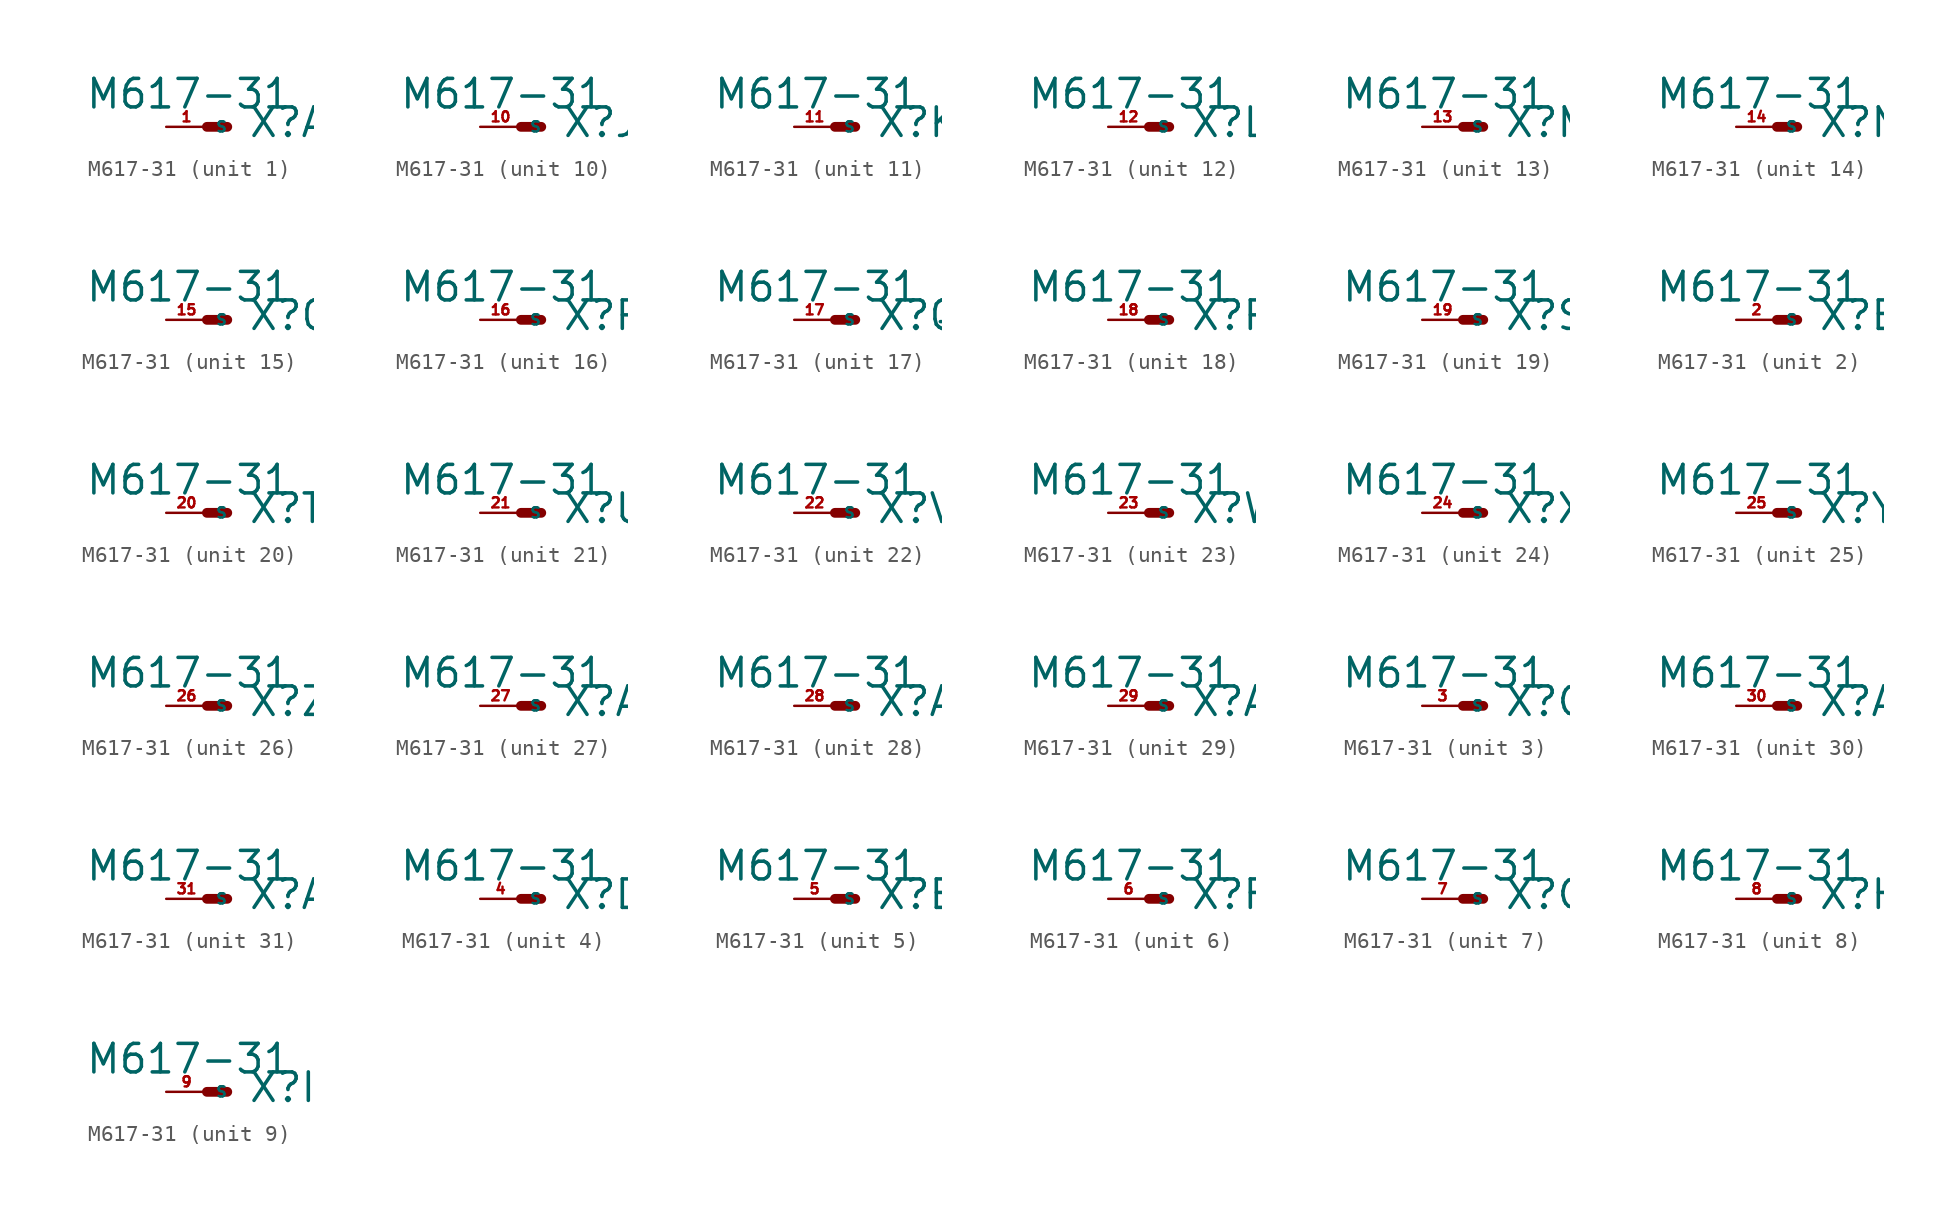
<source format=kicad_sym>
(kicad_symbol_lib
  (version 20220914)
  (generator Eagle2Kicad)
  (symbol "M617-31"
    (property "Reference" "X"
      (at 2.54 -0.762 0)
      (effects (font (size 1.778 1.778) (thickness 0.22)) (justify left bottom)))
    (property "Value" "M617-31"
      (at -7.62 1.016 0)
      (effects (font (size 1.778 1.778) (thickness 0.22)) (justify left bottom)))
    (symbol "M617-31_1_0"
      (polyline (pts (xy 0 0) (xy 1.27 0)) (stroke (width 0.61) (type default)) (fill (type none)))
      (pin passive line (at -2.54 0 0) (length 2.54) (name "S" (effects (font (size 0.635 0.635) (thickness 0.08)) (justify left bottom))) (number "1" (effects (font (size 0.635 0.635) (thickness 0.08)) (justify left bottom)))))
    (symbol "M617-31_2_0"
      (polyline (pts (xy 0 0) (xy 1.27 0)) (stroke (width 0.61) (type default)) (fill (type none)))
      (pin passive line (at -2.54 0 0) (length 2.54) (name "S" (effects (font (size 0.635 0.635) (thickness 0.08)) (justify left bottom))) (number "2" (effects (font (size 0.635 0.635) (thickness 0.08)) (justify left bottom)))))
    (symbol "M617-31_3_0"
      (polyline (pts (xy 0 0) (xy 1.27 0)) (stroke (width 0.61) (type default)) (fill (type none)))
      (pin passive line (at -2.54 0 0) (length 2.54) (name "S" (effects (font (size 0.635 0.635) (thickness 0.08)) (justify left bottom))) (number "3" (effects (font (size 0.635 0.635) (thickness 0.08)) (justify left bottom)))))
    (symbol "M617-31_4_0"
      (polyline (pts (xy 0 0) (xy 1.27 0)) (stroke (width 0.61) (type default)) (fill (type none)))
      (pin passive line (at -2.54 0 0) (length 2.54) (name "S" (effects (font (size 0.635 0.635) (thickness 0.08)) (justify left bottom))) (number "4" (effects (font (size 0.635 0.635) (thickness 0.08)) (justify left bottom)))))
    (symbol "M617-31_5_0"
      (polyline (pts (xy 0 0) (xy 1.27 0)) (stroke (width 0.61) (type default)) (fill (type none)))
      (pin passive line (at -2.54 0 0) (length 2.54) (name "S" (effects (font (size 0.635 0.635) (thickness 0.08)) (justify left bottom))) (number "5" (effects (font (size 0.635 0.635) (thickness 0.08)) (justify left bottom)))))
    (symbol "M617-31_6_0"
      (polyline (pts (xy 0 0) (xy 1.27 0)) (stroke (width 0.61) (type default)) (fill (type none)))
      (pin passive line (at -2.54 0 0) (length 2.54) (name "S" (effects (font (size 0.635 0.635) (thickness 0.08)) (justify left bottom))) (number "6" (effects (font (size 0.635 0.635) (thickness 0.08)) (justify left bottom)))))
    (symbol "M617-31_7_0"
      (polyline (pts (xy 0 0) (xy 1.27 0)) (stroke (width 0.61) (type default)) (fill (type none)))
      (pin passive line (at -2.54 0 0) (length 2.54) (name "S" (effects (font (size 0.635 0.635) (thickness 0.08)) (justify left bottom))) (number "7" (effects (font (size 0.635 0.635) (thickness 0.08)) (justify left bottom)))))
    (symbol "M617-31_8_0"
      (polyline (pts (xy 0 0) (xy 1.27 0)) (stroke (width 0.61) (type default)) (fill (type none)))
      (pin passive line (at -2.54 0 0) (length 2.54) (name "S" (effects (font (size 0.635 0.635) (thickness 0.08)) (justify left bottom))) (number "8" (effects (font (size 0.635 0.635) (thickness 0.08)) (justify left bottom)))))
    (symbol "M617-31_9_0"
      (polyline (pts (xy 0 0) (xy 1.27 0)) (stroke (width 0.61) (type default)) (fill (type none)))
      (pin passive line (at -2.54 0 0) (length 2.54) (name "S" (effects (font (size 0.635 0.635) (thickness 0.08)) (justify left bottom))) (number "9" (effects (font (size 0.635 0.635) (thickness 0.08)) (justify left bottom)))))
    (symbol "M617-31_10_0"
      (polyline (pts (xy 0 0) (xy 1.27 0)) (stroke (width 0.61) (type default)) (fill (type none)))
      (pin passive line (at -2.54 0 0) (length 2.54) (name "S" (effects (font (size 0.635 0.635) (thickness 0.08)) (justify left bottom))) (number "10" (effects (font (size 0.635 0.635) (thickness 0.08)) (justify left bottom)))))
    (symbol "M617-31_11_0"
      (polyline (pts (xy 0 0) (xy 1.27 0)) (stroke (width 0.61) (type default)) (fill (type none)))
      (pin passive line (at -2.54 0 0) (length 2.54) (name "S" (effects (font (size 0.635 0.635) (thickness 0.08)) (justify left bottom))) (number "11" (effects (font (size 0.635 0.635) (thickness 0.08)) (justify left bottom)))))
    (symbol "M617-31_12_0"
      (polyline (pts (xy 0 0) (xy 1.27 0)) (stroke (width 0.61) (type default)) (fill (type none)))
      (pin passive line (at -2.54 0 0) (length 2.54) (name "S" (effects (font (size 0.635 0.635) (thickness 0.08)) (justify left bottom))) (number "12" (effects (font (size 0.635 0.635) (thickness 0.08)) (justify left bottom)))))
    (symbol "M617-31_13_0"
      (polyline (pts (xy 0 0) (xy 1.27 0)) (stroke (width 0.61) (type default)) (fill (type none)))
      (pin passive line (at -2.54 0 0) (length 2.54) (name "S" (effects (font (size 0.635 0.635) (thickness 0.08)) (justify left bottom))) (number "13" (effects (font (size 0.635 0.635) (thickness 0.08)) (justify left bottom)))))
    (symbol "M617-31_14_0"
      (polyline (pts (xy 0 0) (xy 1.27 0)) (stroke (width 0.61) (type default)) (fill (type none)))
      (pin passive line (at -2.54 0 0) (length 2.54) (name "S" (effects (font (size 0.635 0.635) (thickness 0.08)) (justify left bottom))) (number "14" (effects (font (size 0.635 0.635) (thickness 0.08)) (justify left bottom)))))
    (symbol "M617-31_15_0"
      (polyline (pts (xy 0 0) (xy 1.27 0)) (stroke (width 0.61) (type default)) (fill (type none)))
      (pin passive line (at -2.54 0 0) (length 2.54) (name "S" (effects (font (size 0.635 0.635) (thickness 0.08)) (justify left bottom))) (number "15" (effects (font (size 0.635 0.635) (thickness 0.08)) (justify left bottom)))))
    (symbol "M617-31_16_0"
      (polyline (pts (xy 0 0) (xy 1.27 0)) (stroke (width 0.61) (type default)) (fill (type none)))
      (pin passive line (at -2.54 0 0) (length 2.54) (name "S" (effects (font (size 0.635 0.635) (thickness 0.08)) (justify left bottom))) (number "16" (effects (font (size 0.635 0.635) (thickness 0.08)) (justify left bottom)))))
    (symbol "M617-31_17_0"
      (polyline (pts (xy 0 0) (xy 1.27 0)) (stroke (width 0.61) (type default)) (fill (type none)))
      (pin passive line (at -2.54 0 0) (length 2.54) (name "S" (effects (font (size 0.635 0.635) (thickness 0.08)) (justify left bottom))) (number "17" (effects (font (size 0.635 0.635) (thickness 0.08)) (justify left bottom)))))
    (symbol "M617-31_18_0"
      (polyline (pts (xy 0 0) (xy 1.27 0)) (stroke (width 0.61) (type default)) (fill (type none)))
      (pin passive line (at -2.54 0 0) (length 2.54) (name "S" (effects (font (size 0.635 0.635) (thickness 0.08)) (justify left bottom))) (number "18" (effects (font (size 0.635 0.635) (thickness 0.08)) (justify left bottom)))))
    (symbol "M617-31_19_0"
      (polyline (pts (xy 0 0) (xy 1.27 0)) (stroke (width 0.61) (type default)) (fill (type none)))
      (pin passive line (at -2.54 0 0) (length 2.54) (name "S" (effects (font (size 0.635 0.635) (thickness 0.08)) (justify left bottom))) (number "19" (effects (font (size 0.635 0.635) (thickness 0.08)) (justify left bottom)))))
    (symbol "M617-31_20_0"
      (polyline (pts (xy 0 0) (xy 1.27 0)) (stroke (width 0.61) (type default)) (fill (type none)))
      (pin passive line (at -2.54 0 0) (length 2.54) (name "S" (effects (font (size 0.635 0.635) (thickness 0.08)) (justify left bottom))) (number "20" (effects (font (size 0.635 0.635) (thickness 0.08)) (justify left bottom)))))
    (symbol "M617-31_21_0"
      (polyline (pts (xy 0 0) (xy 1.27 0)) (stroke (width 0.61) (type default)) (fill (type none)))
      (pin passive line (at -2.54 0 0) (length 2.54) (name "S" (effects (font (size 0.635 0.635) (thickness 0.08)) (justify left bottom))) (number "21" (effects (font (size 0.635 0.635) (thickness 0.08)) (justify left bottom)))))
    (symbol "M617-31_22_0"
      (polyline (pts (xy 0 0) (xy 1.27 0)) (stroke (width 0.61) (type default)) (fill (type none)))
      (pin passive line (at -2.54 0 0) (length 2.54) (name "S" (effects (font (size 0.635 0.635) (thickness 0.08)) (justify left bottom))) (number "22" (effects (font (size 0.635 0.635) (thickness 0.08)) (justify left bottom)))))
    (symbol "M617-31_23_0"
      (polyline (pts (xy 0 0) (xy 1.27 0)) (stroke (width 0.61) (type default)) (fill (type none)))
      (pin passive line (at -2.54 0 0) (length 2.54) (name "S" (effects (font (size 0.635 0.635) (thickness 0.08)) (justify left bottom))) (number "23" (effects (font (size 0.635 0.635) (thickness 0.08)) (justify left bottom)))))
    (symbol "M617-31_24_0"
      (polyline (pts (xy 0 0) (xy 1.27 0)) (stroke (width 0.61) (type default)) (fill (type none)))
      (pin passive line (at -2.54 0 0) (length 2.54) (name "S" (effects (font (size 0.635 0.635) (thickness 0.08)) (justify left bottom))) (number "24" (effects (font (size 0.635 0.635) (thickness 0.08)) (justify left bottom)))))
    (symbol "M617-31_25_0"
      (polyline (pts (xy 0 0) (xy 1.27 0)) (stroke (width 0.61) (type default)) (fill (type none)))
      (pin passive line (at -2.54 0 0) (length 2.54) (name "S" (effects (font (size 0.635 0.635) (thickness 0.08)) (justify left bottom))) (number "25" (effects (font (size 0.635 0.635) (thickness 0.08)) (justify left bottom)))))
    (symbol "M617-31_26_0"
      (polyline (pts (xy 0 0) (xy 1.27 0)) (stroke (width 0.61) (type default)) (fill (type none)))
      (pin passive line (at -2.54 0 0) (length 2.54) (name "S" (effects (font (size 0.635 0.635) (thickness 0.08)) (justify left bottom))) (number "26" (effects (font (size 0.635 0.635) (thickness 0.08)) (justify left bottom)))))
    (symbol "M617-31_27_0"
      (polyline (pts (xy 0 0) (xy 1.27 0)) (stroke (width 0.61) (type default)) (fill (type none)))
      (pin passive line (at -2.54 0 0) (length 2.54) (name "S" (effects (font (size 0.635 0.635) (thickness 0.08)) (justify left bottom))) (number "27" (effects (font (size 0.635 0.635) (thickness 0.08)) (justify left bottom)))))
    (symbol "M617-31_28_0"
      (polyline (pts (xy 0 0) (xy 1.27 0)) (stroke (width 0.61) (type default)) (fill (type none)))
      (pin passive line (at -2.54 0 0) (length 2.54) (name "S" (effects (font (size 0.635 0.635) (thickness 0.08)) (justify left bottom))) (number "28" (effects (font (size 0.635 0.635) (thickness 0.08)) (justify left bottom)))))
    (symbol "M617-31_29_0"
      (polyline (pts (xy 0 0) (xy 1.27 0)) (stroke (width 0.61) (type default)) (fill (type none)))
      (pin passive line (at -2.54 0 0) (length 2.54) (name "S" (effects (font (size 0.635 0.635) (thickness 0.08)) (justify left bottom))) (number "29" (effects (font (size 0.635 0.635) (thickness 0.08)) (justify left bottom)))))
    (symbol "M617-31_30_0"
      (polyline (pts (xy 0 0) (xy 1.27 0)) (stroke (width 0.61) (type default)) (fill (type none)))
      (pin passive line (at -2.54 0 0) (length 2.54) (name "S" (effects (font (size 0.635 0.635) (thickness 0.08)) (justify left bottom))) (number "30" (effects (font (size 0.635 0.635) (thickness 0.08)) (justify left bottom)))))
    (symbol "M617-31_31_0"
      (polyline (pts (xy 0 0) (xy 1.27 0)) (stroke (width 0.61) (type default)) (fill (type none)))
      (pin passive line (at -2.54 0 0) (length 2.54) (name "S" (effects (font (size 0.635 0.635) (thickness 0.08)) (justify left bottom))) (number "31" (effects (font (size 0.635 0.635) (thickness 0.08)) (justify left bottom)))))))
</source>
